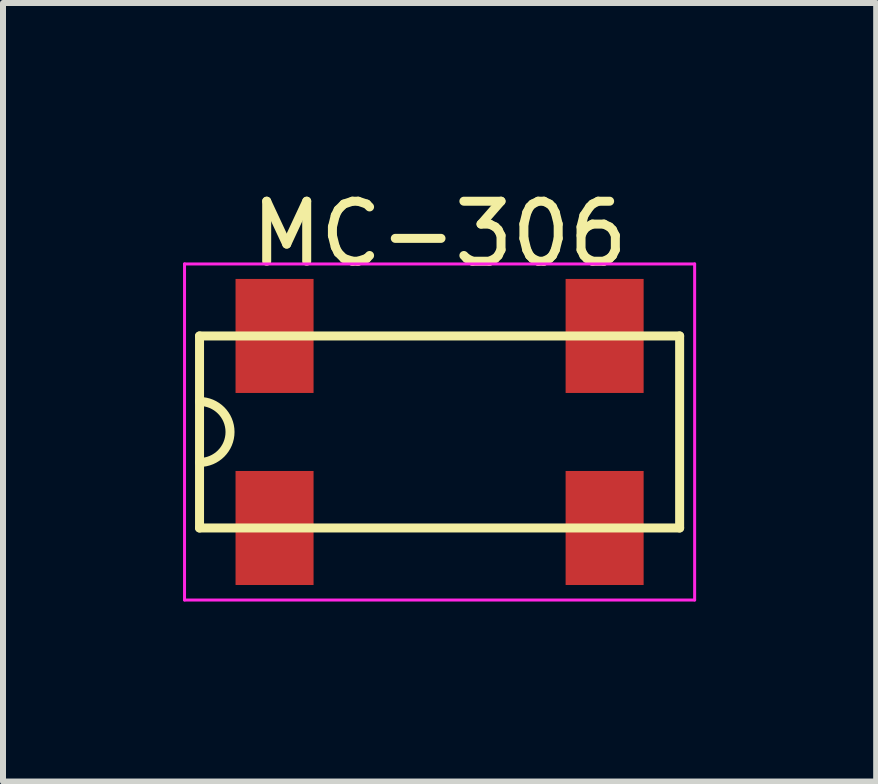
<source format=kicad_pcb>
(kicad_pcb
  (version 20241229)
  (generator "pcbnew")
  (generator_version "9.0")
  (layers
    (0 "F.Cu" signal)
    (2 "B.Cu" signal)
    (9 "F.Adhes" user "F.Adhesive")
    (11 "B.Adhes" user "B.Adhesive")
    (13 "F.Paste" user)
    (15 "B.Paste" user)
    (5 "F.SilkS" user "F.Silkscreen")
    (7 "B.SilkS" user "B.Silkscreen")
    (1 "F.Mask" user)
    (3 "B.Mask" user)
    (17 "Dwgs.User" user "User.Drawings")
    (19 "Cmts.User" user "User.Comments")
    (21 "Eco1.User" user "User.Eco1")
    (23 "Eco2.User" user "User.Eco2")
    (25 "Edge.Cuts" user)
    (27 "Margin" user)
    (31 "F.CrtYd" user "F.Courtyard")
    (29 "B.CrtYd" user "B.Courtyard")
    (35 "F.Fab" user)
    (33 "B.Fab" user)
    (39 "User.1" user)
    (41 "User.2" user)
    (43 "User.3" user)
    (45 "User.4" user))
  (footprint "MC-306"
    (layer "F.Cu")
    (at 4.275 4.148)
    (property "Reference" "MC-306" (at 0 -3.3 0) (layer "F.SilkS") (effects (font (size 1 1) (thickness 0.15))))
    (attr through_hole)
    (fp_line (start -4 1.6) (end -4 -1.6) (stroke (width 0.15) (type solid)) (layer "F.SilkS"))
    (fp_line (start -4 1.6) (end 4 1.6) (stroke (width 0.15) (type solid)) (layer "F.SilkS"))
    (fp_line (start 4 -1.6) (end -4 -1.6) (stroke (width 0.15) (type solid)) (layer "F.SilkS"))
    (fp_line (start 4 -1.6) (end 4 1.6) (stroke (width 0.15) (type solid)) (layer "F.SilkS"))
    (fp_arc (start -4 -0.508) (mid -3.492 0) (end -4 0.508) (stroke (width 0.15) (type solid)) (layer "F.SilkS"))
    (fp_line (start -4.25 -2.8) (end -4.25 2.8) (stroke (width 0.05) (type solid)) (layer "F.CrtYd"))
    (fp_line (start -4.25 -2.8) (end 4.25 -2.8) (stroke (width 0.05) (type solid)) (layer "F.CrtYd"))
    (fp_line (start -4.25 2.8) (end 4.25 2.8) (stroke (width 0.05) (type solid)) (layer "F.CrtYd"))
    (fp_line (start 4.25 2.8) (end 4.25 -2.8) (stroke (width 0.05) (type solid)) (layer "F.CrtYd"))
    (pad "1" smd rect (at -2.75 1.6) (size 1.3 1.9) (layers "F.Cu" "F.Mask" "F.Paste"))
    (pad "2" smd rect (at 2.75 1.6) (size 1.3 1.9) (layers "F.Cu" "F.Mask" "F.Paste"))
    (pad "3" smd rect (at 2.75 -1.6) (size 1.3 1.9) (layers "F.Cu" "F.Mask" "F.Paste"))
    (pad "4" smd rect (at -2.75 -1.6) (size 1.3 1.9) (layers "F.Cu" "F.Mask" "F.Paste")))
  (gr_rect
    (start -3 -3)
    (end 11.55 9.973)
    (stroke (width 0.1) (type default))
    (fill no)
    (layer "Edge.Cuts")))
</source>
